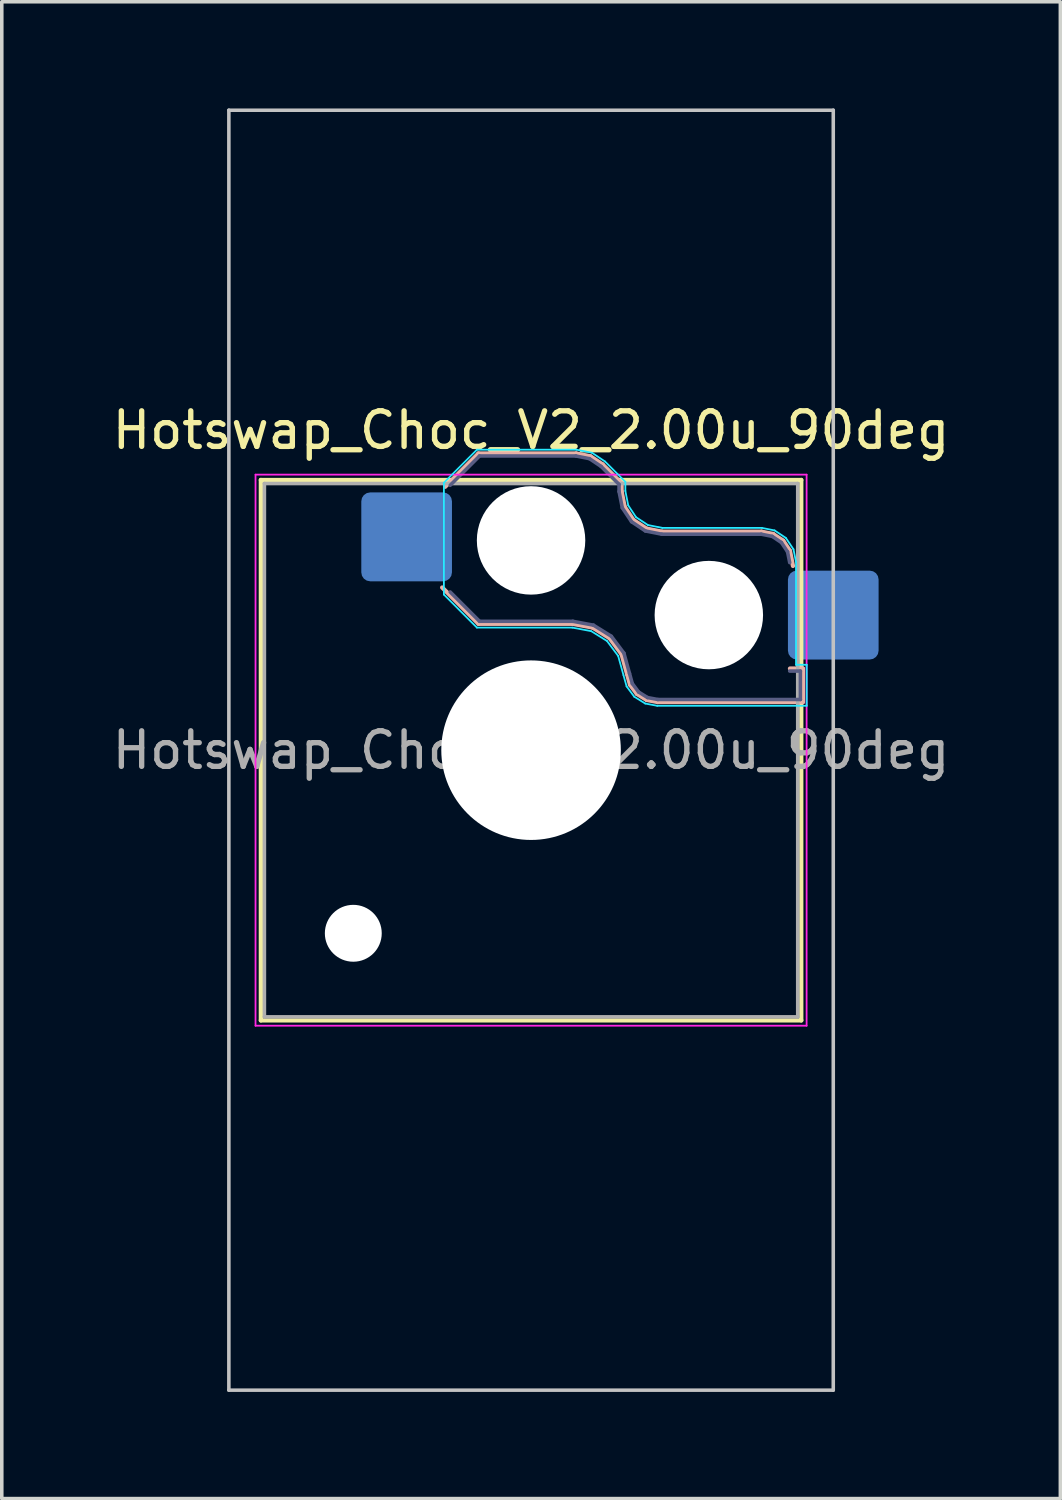
<source format=kicad_pcb>
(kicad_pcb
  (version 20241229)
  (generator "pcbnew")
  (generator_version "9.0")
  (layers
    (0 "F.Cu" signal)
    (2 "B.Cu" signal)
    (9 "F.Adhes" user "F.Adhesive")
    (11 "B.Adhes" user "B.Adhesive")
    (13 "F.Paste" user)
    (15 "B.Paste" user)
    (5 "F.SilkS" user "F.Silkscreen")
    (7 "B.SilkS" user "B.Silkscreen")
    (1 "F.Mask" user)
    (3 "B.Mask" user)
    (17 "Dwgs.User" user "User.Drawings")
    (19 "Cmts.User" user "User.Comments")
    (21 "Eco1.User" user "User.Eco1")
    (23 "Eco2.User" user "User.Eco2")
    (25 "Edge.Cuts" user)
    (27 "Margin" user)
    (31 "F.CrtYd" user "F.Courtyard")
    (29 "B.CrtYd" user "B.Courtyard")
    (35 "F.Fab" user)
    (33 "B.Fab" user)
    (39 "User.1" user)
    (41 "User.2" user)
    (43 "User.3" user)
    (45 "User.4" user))
  (footprint "Hotswap_Choc_V2_2.00u_90deg"
    (layer "F.Cu")
    (at 11.887 18.05)
    (property "Reference" "Hotswap_Choc_V2_2.00u_90deg" (at 0 -9 0) (layer "F.SilkS") (effects (font (size 1 1) (thickness 0.15))))
    (attr smd)
    (fp_line (start -7.6 -7.6) (end -7.6 7.6) (stroke (width 0.12) (type solid)) (layer "F.SilkS"))
    (fp_line (start -7.6 7.6) (end 7.6 7.6) (stroke (width 0.12) (type solid)) (layer "F.SilkS"))
    (fp_line (start 7.6 -7.6) (end -7.6 -7.6) (stroke (width 0.12) (type solid)) (layer "F.SilkS"))
    (fp_line (start 7.6 7.6) (end 7.6 -7.6) (stroke (width 0.12) (type solid)) (layer "F.SilkS"))
    (fp_line (start -2.416 -7.409) (end -1.479 -8.346) (stroke (width 0.12) (type solid)) (layer "B.SilkS"))
    (fp_line (start -1.479 -8.346) (end 1.268 -8.346) (stroke (width 0.12) (type solid)) (layer "B.SilkS"))
    (fp_line (start -1.479 -3.554) (end -2.5 -4.575) (stroke (width 0.12) (type solid)) (layer "B.SilkS"))
    (fp_line (start 1.168 -3.554) (end -1.479 -3.554) (stroke (width 0.12) (type solid)) (layer "B.SilkS"))
    (fp_line (start 1.268 -8.346) (end 1.671 -8.266) (stroke (width 0.12) (type solid)) (layer "B.SilkS"))
    (fp_line (start 1.671 -8.266) (end 2.013 -8.037) (stroke (width 0.12) (type solid)) (layer "B.SilkS"))
    (fp_line (start 1.73 -3.449) (end 1.168 -3.554) (stroke (width 0.12) (type solid)) (layer "B.SilkS"))
    (fp_line (start 2.013 -8.037) (end 2.546 -7.504) (stroke (width 0.12) (type solid)) (layer "B.SilkS"))
    (fp_line (start 2.209 -3.15) (end 1.73 -3.449) (stroke (width 0.12) (type solid)) (layer "B.SilkS"))
    (fp_line (start 2.546 -7.504) (end 2.546 -7.282) (stroke (width 0.12) (type solid)) (layer "B.SilkS"))
    (fp_line (start 2.546 -7.282) (end 2.633 -6.844) (stroke (width 0.12) (type solid)) (layer "B.SilkS"))
    (fp_line (start 2.547 -2.697) (end 2.209 -3.15) (stroke (width 0.12) (type solid)) (layer "B.SilkS"))
    (fp_line (start 2.633 -6.844) (end 2.877 -6.477) (stroke (width 0.12) (type solid)) (layer "B.SilkS"))
    (fp_line (start 2.701 -2.139) (end 2.547 -2.697) (stroke (width 0.12) (type solid)) (layer "B.SilkS"))
    (fp_line (start 2.783 -1.841) (end 2.701 -2.139) (stroke (width 0.12) (type solid)) (layer "B.SilkS"))
    (fp_line (start 2.877 -6.477) (end 3.244 -6.233) (stroke (width 0.12) (type solid)) (layer "B.SilkS"))
    (fp_line (start 2.976 -1.583) (end 2.783 -1.841) (stroke (width 0.12) (type solid)) (layer "B.SilkS"))
    (fp_line (start 3.244 -6.233) (end 3.682 -6.146) (stroke (width 0.12) (type solid)) (layer "B.SilkS"))
    (fp_line (start 3.25 -1.413) (end 2.976 -1.583) (stroke (width 0.12) (type solid)) (layer "B.SilkS"))
    (fp_line (start 3.56 -1.354) (end 3.25 -1.413) (stroke (width 0.12) (type solid)) (layer "B.SilkS"))
    (fp_line (start 3.682 -6.146) (end 6.482 -6.146) (stroke (width 0.12) (type solid)) (layer "B.SilkS"))
    (fp_line (start 6.482 -6.146) (end 6.809 -6.081) (stroke (width 0.12) (type solid)) (layer "B.SilkS"))
    (fp_line (start 6.809 -6.081) (end 7.092 -5.892) (stroke (width 0.12) (type solid)) (layer "B.SilkS"))
    (fp_line (start 7.092 -5.892) (end 7.281 -5.609) (stroke (width 0.12) (type solid)) (layer "B.SilkS"))
    (fp_line (start 7.281 -5.609) (end 7.366 -5.182) (stroke (width 0.12) (type solid)) (layer "B.SilkS"))
    (fp_line (start 7.283 -2.296) (end 7.646 -2.296) (stroke (width 0.12) (type solid)) (layer "B.SilkS"))
    (fp_line (start 7.646 -2.296) (end 7.646 -1.354) (stroke (width 0.12) (type solid)) (layer "B.SilkS"))
    (fp_line (start 7.646 -1.354) (end 3.56 -1.354) (stroke (width 0.12) (type solid)) (layer "B.SilkS"))
    (fp_line (start -8.5 -18) (end 8.5 -18) (stroke (width 0.1) (type solid)) (layer "Dwgs.User"))
    (fp_line (start -8.5 18) (end -8.5 -18) (stroke (width 0.1) (type solid)) (layer "Dwgs.User"))
    (fp_line (start 8.5 -18) (end 8.5 18) (stroke (width 0.1) (type solid)) (layer "Dwgs.User"))
    (fp_line (start 8.5 18) (end -8.5 18) (stroke (width 0.1) (type solid)) (layer "Dwgs.User"))
    (fp_line (start -7.25 -7.25) (end -7.25 7.25) (stroke (width 0.1) (type solid)) (layer "Eco1.User"))
    (fp_line (start -7.25 7.25) (end 7.25 7.25) (stroke (width 0.1) (type solid)) (layer "Eco1.User"))
    (fp_line (start 7.25 -7.25) (end -7.25 -7.25) (stroke (width 0.1) (type solid)) (layer "Eco1.User"))
    (fp_line (start 7.25 7.25) (end 7.25 -7.25) (stroke (width 0.1) (type solid)) (layer "Eco1.User"))
    (fp_line (start -2.452 -7.523) (end -1.523 -8.452) (stroke (width 0.05) (type solid)) (layer "B.CrtYd"))
    (fp_line (start -2.452 -4.377) (end -2.452 -7.523) (stroke (width 0.05) (type solid)) (layer "B.CrtYd"))
    (fp_line (start -1.523 -8.452) (end 1.278 -8.452) (stroke (width 0.05) (type solid)) (layer "B.CrtYd"))
    (fp_line (start -1.523 -3.448) (end -2.452 -4.377) (stroke (width 0.05) (type solid)) (layer "B.CrtYd"))
    (fp_line (start 1.159 -3.448) (end -1.523 -3.448) (stroke (width 0.05) (type solid)) (layer "B.CrtYd"))
    (fp_line (start 1.278 -8.452) (end 1.712 -8.366) (stroke (width 0.05) (type solid)) (layer "B.CrtYd"))
    (fp_line (start 1.691 -3.348) (end 1.159 -3.448) (stroke (width 0.05) (type solid)) (layer "B.CrtYd"))
    (fp_line (start 1.712 -8.366) (end 2.081 -8.119) (stroke (width 0.05) (type solid)) (layer "B.CrtYd"))
    (fp_line (start 2.081 -8.119) (end 2.652 -7.548) (stroke (width 0.05) (type solid)) (layer "B.CrtYd"))
    (fp_line (start 2.136 -3.071) (end 1.691 -3.348) (stroke (width 0.05) (type solid)) (layer "B.CrtYd"))
    (fp_line (start 2.45 -2.65) (end 2.136 -3.071) (stroke (width 0.05) (type solid)) (layer "B.CrtYd"))
    (fp_line (start 2.599 -2.111) (end 2.45 -2.65) (stroke (width 0.05) (type solid)) (layer "B.CrtYd"))
    (fp_line (start 2.652 -7.548) (end 2.652 -7.292) (stroke (width 0.05) (type solid)) (layer "B.CrtYd"))
    (fp_line (start 2.652 -7.292) (end 2.733 -6.885) (stroke (width 0.05) (type solid)) (layer "B.CrtYd"))
    (fp_line (start 2.687 -1.794) (end 2.599 -2.111) (stroke (width 0.05) (type solid)) (layer "B.CrtYd"))
    (fp_line (start 2.733 -6.885) (end 2.953 -6.553) (stroke (width 0.05) (type solid)) (layer "B.CrtYd"))
    (fp_line (start 2.903 -1.503) (end 2.687 -1.794) (stroke (width 0.05) (type solid)) (layer "B.CrtYd"))
    (fp_line (start 2.953 -6.553) (end 3.285 -6.333) (stroke (width 0.05) (type solid)) (layer "B.CrtYd"))
    (fp_line (start 3.211 -1.312) (end 2.903 -1.503) (stroke (width 0.05) (type solid)) (layer "B.CrtYd"))
    (fp_line (start 3.285 -6.333) (end 3.692 -6.252) (stroke (width 0.05) (type solid)) (layer "B.CrtYd"))
    (fp_line (start 3.55 -1.248) (end 3.211 -1.312) (stroke (width 0.05) (type solid)) (layer "B.CrtYd"))
    (fp_line (start 3.692 -6.252) (end 6.492 -6.252) (stroke (width 0.05) (type solid)) (layer "B.CrtYd"))
    (fp_line (start 6.492 -6.252) (end 6.85 -6.181) (stroke (width 0.05) (type solid)) (layer "B.CrtYd"))
    (fp_line (start 6.85 -6.181) (end 7.168 -5.968) (stroke (width 0.05) (type solid)) (layer "B.CrtYd"))
    (fp_line (start 7.168 -5.968) (end 7.381 -5.65) (stroke (width 0.05) (type solid)) (layer "B.CrtYd"))
    (fp_line (start 7.381 -5.65) (end 7.452 -5.292) (stroke (width 0.05) (type solid)) (layer "B.CrtYd"))
    (fp_line (start 7.452 -5.292) (end 7.452 -2.402) (stroke (width 0.05) (type solid)) (layer "B.CrtYd"))
    (fp_line (start 7.452 -2.402) (end 7.752 -2.402) (stroke (width 0.05) (type solid)) (layer "B.CrtYd"))
    (fp_line (start 7.752 -2.402) (end 7.752 -1.248) (stroke (width 0.05) (type solid)) (layer "B.CrtYd"))
    (fp_line (start 7.752 -1.248) (end 3.55 -1.248) (stroke (width 0.05) (type solid)) (layer "B.CrtYd"))
    (fp_line (start -7.75 -7.75) (end -7.75 7.75) (stroke (width 0.05) (type solid)) (layer "F.CrtYd"))
    (fp_line (start -7.75 7.75) (end 7.75 7.75) (stroke (width 0.05) (type solid)) (layer "F.CrtYd"))
    (fp_line (start 7.75 -7.75) (end -7.75 -7.75) (stroke (width 0.05) (type solid)) (layer "F.CrtYd"))
    (fp_line (start 7.75 7.75) (end 7.75 -7.75) (stroke (width 0.05) (type solid)) (layer "F.CrtYd"))
    (fp_line (start -2.275 -7.45) (end -1.45 -8.275) (stroke (width 0.1) (type solid)) (layer "B.Fab"))
    (fp_line (start -1.45 -8.275) (end 1.261 -8.275) (stroke (width 0.1) (type solid)) (layer "B.Fab"))
    (fp_line (start -1.45 -3.625) (end -2.275 -4.45) (stroke (width 0.1) (type solid)) (layer "B.Fab"))
    (fp_line (start 1.175 -3.625) (end -1.45 -3.625) (stroke (width 0.1) (type solid)) (layer "B.Fab"))
    (fp_line (start 1.261 -8.275) (end 1.643 -8.199) (stroke (width 0.1) (type solid)) (layer "B.Fab"))
    (fp_line (start 1.643 -8.199) (end 1.968 -7.982) (stroke (width 0.1) (type solid)) (layer "B.Fab"))
    (fp_line (start 1.756 -3.516) (end 1.175 -3.625) (stroke (width 0.1) (type solid)) (layer "B.Fab"))
    (fp_line (start 1.968 -7.982) (end 2.475 -7.475) (stroke (width 0.1) (type solid)) (layer "B.Fab"))
    (fp_line (start 2.258 -3.203) (end 1.756 -3.516) (stroke (width 0.1) (type solid)) (layer "B.Fab"))
    (fp_line (start 2.475 -7.475) (end 2.475 -7.275) (stroke (width 0.1) (type solid)) (layer "B.Fab"))
    (fp_line (start 2.475 -7.275) (end 2.566 -6.816) (stroke (width 0.1) (type solid)) (layer "B.Fab"))
    (fp_line (start 2.566 -6.816) (end 2.826 -6.426) (stroke (width 0.1) (type solid)) (layer "B.Fab"))
    (fp_line (start 2.612 -2.729) (end 2.258 -3.203) (stroke (width 0.1) (type solid)) (layer "B.Fab"))
    (fp_line (start 2.769 -2.158) (end 2.612 -2.729) (stroke (width 0.1) (type solid)) (layer "B.Fab"))
    (fp_line (start 2.826 -6.426) (end 3.216 -6.166) (stroke (width 0.1) (type solid)) (layer "B.Fab"))
    (fp_line (start 2.848 -1.873) (end 2.769 -2.158) (stroke (width 0.1) (type solid)) (layer "B.Fab"))
    (fp_line (start 3.025 -1.636) (end 2.848 -1.873) (stroke (width 0.1) (type solid)) (layer "B.Fab"))
    (fp_line (start 3.216 -6.166) (end 3.675 -6.075) (stroke (width 0.1) (type solid)) (layer "B.Fab"))
    (fp_line (start 3.276 -1.48) (end 3.025 -1.636) (stroke (width 0.1) (type solid)) (layer "B.Fab"))
    (fp_line (start 3.567 -1.425) (end 3.276 -1.48) (stroke (width 0.1) (type solid)) (layer "B.Fab"))
    (fp_line (start 3.675 -6.075) (end 6.475 -6.075) (stroke (width 0.1) (type solid)) (layer "B.Fab"))
    (fp_line (start 6.475 -6.075) (end 6.781 -6.014) (stroke (width 0.1) (type solid)) (layer "B.Fab"))
    (fp_line (start 6.781 -6.014) (end 7.041 -5.841) (stroke (width 0.1) (type solid)) (layer "B.Fab"))
    (fp_line (start 7.041 -5.841) (end 7.214 -5.581) (stroke (width 0.1) (type solid)) (layer "B.Fab"))
    (fp_line (start 7.214 -5.581) (end 7.275 -5.275) (stroke (width 0.1) (type solid)) (layer "B.Fab"))
    (fp_line (start 7.275 -2.225) (end 7.575 -2.225) (stroke (width 0.1) (type solid)) (layer "B.Fab"))
    (fp_line (start 7.575 -2.225) (end 7.575 -1.425) (stroke (width 0.1) (type solid)) (layer "B.Fab"))
    (fp_line (start 7.575 -1.425) (end 3.567 -1.425) (stroke (width 0.1) (type solid)) (layer "B.Fab"))
    (fp_line (start -7.5 -7.5) (end -7.5 7.5) (stroke (width 0.1) (type solid)) (layer "F.Fab"))
    (fp_line (start -7.5 7.5) (end 7.5 7.5) (stroke (width 0.1) (type solid)) (layer "F.Fab"))
    (fp_line (start 7.5 -7.5) (end -7.5 -7.5) (stroke (width 0.1) (type solid)) (layer "F.Fab"))
    (fp_line (start 7.5 7.5) (end 7.5 -7.5) (stroke (width 0.1) (type solid)) (layer "F.Fab"))
    (fp_text user "${REFERENCE}" (at 0 0 0) (layer "F.Fab") (effects (font (size 1 1) (thickness 0.15))))
    (pad "" np_thru_hole circle (at -5 5.15) (size 1.6 1.6) (drill 1.6) (layers "*.Cu" "*.Mask"))
    (pad "" np_thru_hole circle (at 0 -5.9) (size 3.05 3.05) (drill 3.05) (layers "*.Cu" "*.Mask"))
    (pad "" np_thru_hole circle (at 0 0) (size 5.05 5.05) (drill 5.05) (layers "*.Cu" "*.Mask"))
    (pad "" np_thru_hole circle (at 5 -3.8) (size 3.05 3.05) (drill 3.05) (layers "*.Cu" "*.Mask"))
    (pad "1" smd roundrect (at -3.5 -6) (size 2.55 2.5) (layers "B.Cu" "B.Mask" "B.Paste") (roundrect_rratio 0.1))
    (pad "2" smd roundrect (at 8.5 -3.8) (size 2.55 2.5) (layers "B.Cu" "B.Mask" "B.Paste") (roundrect_rratio 0.1)))
  (gr_rect
    (start -3 -3)
    (end 26.774 39.1)
    (stroke (width 0.1) (type default))
    (fill no)
    (layer "Edge.Cuts")))
</source>
